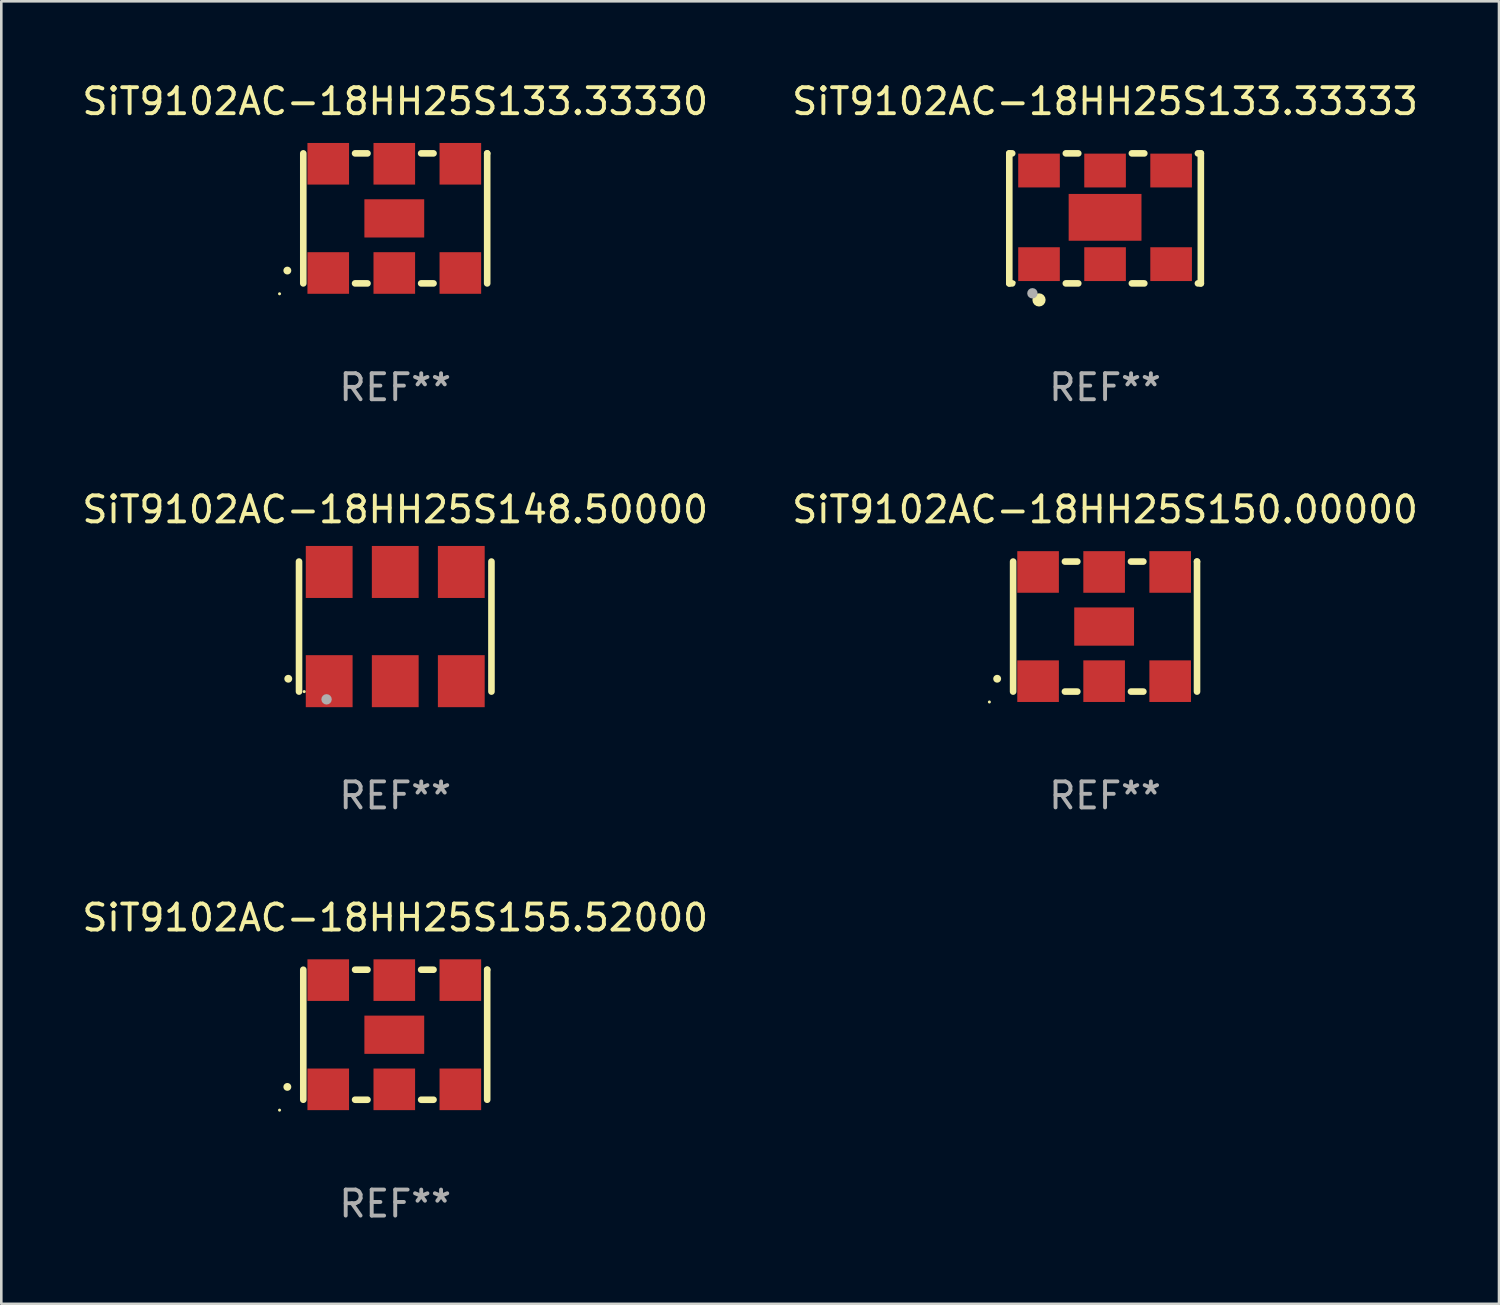
<source format=kicad_pcb>
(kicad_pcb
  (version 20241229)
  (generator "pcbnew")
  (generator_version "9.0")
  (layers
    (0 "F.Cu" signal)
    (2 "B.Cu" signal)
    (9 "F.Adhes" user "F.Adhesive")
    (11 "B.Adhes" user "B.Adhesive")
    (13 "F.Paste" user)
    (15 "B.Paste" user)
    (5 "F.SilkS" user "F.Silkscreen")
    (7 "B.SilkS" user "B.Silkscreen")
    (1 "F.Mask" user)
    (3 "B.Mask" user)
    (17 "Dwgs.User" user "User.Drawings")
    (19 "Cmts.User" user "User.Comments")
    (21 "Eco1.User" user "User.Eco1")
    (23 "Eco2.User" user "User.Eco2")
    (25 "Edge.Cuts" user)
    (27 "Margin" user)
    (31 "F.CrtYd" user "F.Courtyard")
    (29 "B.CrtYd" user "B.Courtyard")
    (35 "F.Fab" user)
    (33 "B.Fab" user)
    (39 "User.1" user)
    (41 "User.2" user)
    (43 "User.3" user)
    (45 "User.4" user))
  (footprint "SiT9102AC-18HH25S133.33330"
    (layer "F.Cu")
    (at 12.149 5.348)
    (property "Reference" "SiT9102AC-18HH25S133.33330" (at 0 -4.5 0) (layer "F.SilkS") (effects (font (size 1 1) (thickness 0.15))))
    (attr through_hole)
    (fp_line (start -3.536 -2.5) (end -3.536 2.5) (stroke (width 0.254) (type solid)) (layer "F.SilkS"))
    (fp_line (start -1.544 2.5) (end -1.067 2.5) (stroke (width 0.254) (type solid)) (layer "F.SilkS"))
    (fp_line (start -1.067 -2.5) (end -1.544 -2.5) (stroke (width 0.254) (type solid)) (layer "F.SilkS"))
    (fp_line (start 0.996 2.5) (end 1.473 2.5) (stroke (width 0.254) (type solid)) (layer "F.SilkS"))
    (fp_line (start 1.473 -2.5) (end 0.996 -2.5) (stroke (width 0.254) (type solid)) (layer "F.SilkS"))
    (fp_line (start 3.536 -2.5) (end 3.536 -2.5) (stroke (width 0.254) (type solid)) (layer "F.SilkS"))
    (fp_line (start 3.536 2.5) (end 3.536 -2.5) (stroke (width 0.254) (type solid)) (layer "F.SilkS"))
    (fp_arc (start -4.150432 2.006604) (mid -4.149162 2.006599) (end -4.147892 2.006604) (stroke (width 0.3) (type solid)) (layer "F.SilkS"))
    (fp_circle (center -4.449 2.9) (end -4.419 2.9) (stroke (width 0.06) (type solid)) (fill no) (layer "F.SilkS"))
    (fp_text user "REF**" (at 0 6.5 0) (layer "F.Fab") (effects (font (size 1 1) (thickness 0.15))))
    (pad "1" smd rect (at -2.576 2.1) (size 1.6 1.6) (layers "F.Cu" "F.Mask" "F.Paste"))
    (pad "2" smd rect (at -0.036 2.1) (size 1.6 1.6) (layers "F.Cu" "F.Mask" "F.Paste"))
    (pad "3" smd rect (at 2.504 2.1) (size 1.6 1.6) (layers "F.Cu" "F.Mask" "F.Paste"))
    (pad "4" smd rect (at 2.504 -2.1) (size 1.6 1.6) (layers "F.Cu" "F.Mask" "F.Paste"))
    (pad "5" smd rect (at -0.036 -2.1) (size 1.6 1.6) (layers "F.Cu" "F.Mask" "F.Paste"))
    (pad "6" smd rect (at -2.576 -2.1) (size 1.6 1.6) (layers "F.Cu" "F.Mask" "F.Paste"))
    (pad "7" smd rect (at -0.036 0) (size 2.3 1.47) (layers "F.Cu" "F.Mask" "F.Paste")))
  (footprint "SiT9102AC-18HH25S155.52000"
    (layer "F.Cu")
    (at 12.149 36.741)
    (property "Reference" "SiT9102AC-18HH25S155.52000" (at 0 -4.5 0) (layer "F.SilkS") (effects (font (size 1 1) (thickness 0.15))))
    (attr through_hole)
    (fp_line (start -3.536 -2.5) (end -3.536 2.5) (stroke (width 0.254) (type solid)) (layer "F.SilkS"))
    (fp_line (start -1.544 2.5) (end -1.067 2.5) (stroke (width 0.254) (type solid)) (layer "F.SilkS"))
    (fp_line (start -1.067 -2.5) (end -1.544 -2.5) (stroke (width 0.254) (type solid)) (layer "F.SilkS"))
    (fp_line (start 0.996 2.5) (end 1.473 2.5) (stroke (width 0.254) (type solid)) (layer "F.SilkS"))
    (fp_line (start 1.473 -2.5) (end 0.996 -2.5) (stroke (width 0.254) (type solid)) (layer "F.SilkS"))
    (fp_line (start 3.536 -2.5) (end 3.536 -2.5) (stroke (width 0.254) (type solid)) (layer "F.SilkS"))
    (fp_line (start 3.536 2.5) (end 3.536 -2.5) (stroke (width 0.254) (type solid)) (layer "F.SilkS"))
    (fp_arc (start -4.150432 2.006604) (mid -4.149162 2.006599) (end -4.147892 2.006604) (stroke (width 0.3) (type solid)) (layer "F.SilkS"))
    (fp_circle (center -4.449 2.9) (end -4.419 2.9) (stroke (width 0.06) (type solid)) (fill no) (layer "F.SilkS"))
    (fp_text user "REF**" (at 0 6.5 0) (layer "F.Fab") (effects (font (size 1 1) (thickness 0.15))))
    (pad "1" smd rect (at -2.576 2.1) (size 1.6 1.6) (layers "F.Cu" "F.Mask" "F.Paste"))
    (pad "2" smd rect (at -0.036 2.1) (size 1.6 1.6) (layers "F.Cu" "F.Mask" "F.Paste"))
    (pad "3" smd rect (at 2.504 2.1) (size 1.6 1.6) (layers "F.Cu" "F.Mask" "F.Paste"))
    (pad "4" smd rect (at 2.504 -2.1) (size 1.6 1.6) (layers "F.Cu" "F.Mask" "F.Paste"))
    (pad "5" smd rect (at -0.036 -2.1) (size 1.6 1.6) (layers "F.Cu" "F.Mask" "F.Paste"))
    (pad "6" smd rect (at -2.576 -2.1) (size 1.6 1.6) (layers "F.Cu" "F.Mask" "F.Paste"))
    (pad "7" smd rect (at -0.036 0) (size 2.3 1.47) (layers "F.Cu" "F.Mask" "F.Paste")))
  (footprint "SiT9102AC-18HH25S150.00000"
    (layer "F.Cu")
    (at 39.446 21.045)
    (property "Reference" "SiT9102AC-18HH25S150.00000" (at 0 -4.5 0) (layer "F.SilkS") (effects (font (size 1 1) (thickness 0.15))))
    (attr through_hole)
    (fp_line (start -3.536 -2.5) (end -3.536 2.5) (stroke (width 0.254) (type solid)) (layer "F.SilkS"))
    (fp_line (start -1.544 2.5) (end -1.067 2.5) (stroke (width 0.254) (type solid)) (layer "F.SilkS"))
    (fp_line (start -1.067 -2.5) (end -1.544 -2.5) (stroke (width 0.254) (type solid)) (layer "F.SilkS"))
    (fp_line (start 0.996 2.5) (end 1.473 2.5) (stroke (width 0.254) (type solid)) (layer "F.SilkS"))
    (fp_line (start 1.473 -2.5) (end 0.996 -2.5) (stroke (width 0.254) (type solid)) (layer "F.SilkS"))
    (fp_line (start 3.536 -2.5) (end 3.536 -2.5) (stroke (width 0.254) (type solid)) (layer "F.SilkS"))
    (fp_line (start 3.536 2.5) (end 3.536 -2.5) (stroke (width 0.254) (type solid)) (layer "F.SilkS"))
    (fp_arc (start -4.150432 2.006604) (mid -4.149162 2.006599) (end -4.147892 2.006604) (stroke (width 0.3) (type solid)) (layer "F.SilkS"))
    (fp_circle (center -4.449 2.9) (end -4.419 2.9) (stroke (width 0.06) (type solid)) (fill no) (layer "F.SilkS"))
    (fp_text user "REF**" (at 0 6.5 0) (layer "F.Fab") (effects (font (size 1 1) (thickness 0.15))))
    (pad "1" smd rect (at -2.576 2.1) (size 1.6 1.6) (layers "F.Cu" "F.Mask" "F.Paste"))
    (pad "2" smd rect (at -0.036 2.1) (size 1.6 1.6) (layers "F.Cu" "F.Mask" "F.Paste"))
    (pad "3" smd rect (at 2.504 2.1) (size 1.6 1.6) (layers "F.Cu" "F.Mask" "F.Paste"))
    (pad "4" smd rect (at 2.504 -2.1) (size 1.6 1.6) (layers "F.Cu" "F.Mask" "F.Paste"))
    (pad "5" smd rect (at -0.036 -2.1) (size 1.6 1.6) (layers "F.Cu" "F.Mask" "F.Paste"))
    (pad "6" smd rect (at -2.576 -2.1) (size 1.6 1.6) (layers "F.Cu" "F.Mask" "F.Paste"))
    (pad "7" smd rect (at -0.036 0) (size 2.3 1.47) (layers "F.Cu" "F.Mask" "F.Paste")))
  (footprint "SiT9102AC-18HH25S148.50000"
    (layer "F.Cu")
    (at 12.149 21.045)
    (property "Reference" "SiT9102AC-18HH25S148.50000" (at 0 -4.5 0) (layer "F.SilkS") (effects (font (size 1 1) (thickness 0.15))))
    (attr through_hole)
    (fp_line (start -3.7 -2.5) (end -3.7 2.5) (stroke (width 0.254) (type solid)) (layer "F.SilkS"))
    (fp_line (start 3.7 -2.5) (end 3.7 2.5) (stroke (width 0.254) (type solid)) (layer "F.SilkS"))
    (fp_arc (start -4.114415 2.006604) (mid -4.113145 2.006599) (end -4.111875 2.006604) (stroke (width 0.3) (type solid)) (layer "F.SilkS"))
    (fp_circle (center -3.5 2.501) (end -3.47 2.501) (stroke (width 0.06) (type solid)) (fill no) (layer "F.SilkS"))
    (fp_circle (center -2.641 2.799) (end -2.541 2.799) (stroke (width 0.2) (type solid)) (fill no) (layer "F.Fab"))
    (fp_text user "REF**" (at 0 6.5 0) (layer "F.Fab") (effects (font (size 1 1) (thickness 0.15))))
    (pad "1" smd rect (at -2.54 2.1) (size 1.8 2) (layers "F.Cu" "F.Mask" "F.Paste"))
    (pad "2" smd rect (at 0.000394 2.1) (size 1.8 2) (layers "F.Cu" "F.Mask" "F.Paste"))
    (pad "3" smd rect (at 2.54 2.1) (size 1.8 2) (layers "F.Cu" "F.Mask" "F.Paste"))
    (pad "4" smd rect (at 2.54 -2.1) (size 1.8 2) (layers "F.Cu" "F.Mask" "F.Paste"))
    (pad "5" smd rect (at 0.000394 -2.1) (size 1.8 2) (layers "F.Cu" "F.Mask" "F.Paste"))
    (pad "6" smd rect (at -2.54 -2.1) (size 1.8 2) (layers "F.Cu" "F.Mask" "F.Paste")))
  (footprint "SiT9102AC-18HH25S133.33333"
    (layer "F.Cu")
    (at 39.446 5.348)
    (property "Reference" "SiT9102AC-18HH25S133.33333" (at 0 -4.5 0) (layer "F.SilkS") (effects (font (size 1 1) (thickness 0.15))))
    (attr through_hole)
    (fp_line (start -3.683 -2.5) (end -3.571 -2.5) (stroke (width 0.254) (type solid)) (layer "F.SilkS"))
    (fp_line (start -3.683 2.5) (end -3.683 -2.5) (stroke (width 0.254) (type solid)) (layer "F.SilkS"))
    (fp_line (start -3.683 2.5) (end -3.571 2.5) (stroke (width 0.254) (type solid)) (layer "F.SilkS"))
    (fp_line (start -1.509 -2.5) (end -1.031 -2.5) (stroke (width 0.254) (type solid)) (layer "F.SilkS"))
    (fp_line (start -1.509 2.5) (end -1.031 2.5) (stroke (width 0.254) (type solid)) (layer "F.SilkS"))
    (fp_line (start 1.031 -2.5) (end 1.509 -2.5) (stroke (width 0.254) (type solid)) (layer "F.SilkS"))
    (fp_line (start 1.031 2.5) (end 1.509 2.5) (stroke (width 0.254) (type solid)) (layer "F.SilkS"))
    (fp_line (start 3.571 -2.5) (end 3.683 -2.5) (stroke (width 0.254) (type solid)) (layer "F.SilkS"))
    (fp_line (start 3.571 2.5) (end 3.683 2.5) (stroke (width 0.254) (type solid)) (layer "F.SilkS"))
    (fp_line (start 3.683 2.5) (end 3.683 -2.5) (stroke (width 0.254) (type solid)) (layer "F.SilkS"))
    (fp_circle (center -3.5 2.46) (end -3.47 2.46) (stroke (width 0.06) (type solid)) (fill no) (layer "F.SilkS"))
    (fp_circle (center -2.54 3.135) (end -2.413 3.135) (stroke (width 0.254) (type solid)) (fill no) (layer "F.SilkS"))
    (fp_circle (center -2.794 2.881) (end -2.694 2.881) (stroke (width 0.2) (type solid)) (fill no) (layer "F.Fab"))
    (fp_text user "REF**" (at 0 6.5 0) (layer "F.Fab") (effects (font (size 1 1) (thickness 0.15))))
    (pad "1" smd rect (at -2.54 1.76) (size 1.6 1.3) (layers "F.Cu" "F.Mask" "F.Paste"))
    (pad "2" smd rect (at 0 1.76) (size 1.6 1.3) (layers "F.Cu" "F.Mask" "F.Paste"))
    (pad "3" smd rect (at 2.54 1.76) (size 1.6 1.3) (layers "F.Cu" "F.Mask" "F.Paste"))
    (pad "4" smd rect (at 2.54 -1.84) (size 1.6 1.3) (layers "F.Cu" "F.Mask" "F.Paste"))
    (pad "5" smd rect (at 0 -1.84) (size 1.6 1.3) (layers "F.Cu" "F.Mask" "F.Paste"))
    (pad "6" smd rect (at -2.54 -1.84) (size 1.6 1.3) (layers "F.Cu" "F.Mask" "F.Paste"))
    (pad "7" smd rect (at 0 -0.04) (size 2.8 1.8) (layers "F.Cu" "F.Mask" "F.Paste")))
  (gr_rect
    (start -3 -3)
    (end 54.595 47.09)
    (stroke (width 0.1) (type default))
    (fill no)
    (layer "Edge.Cuts")))
</source>
